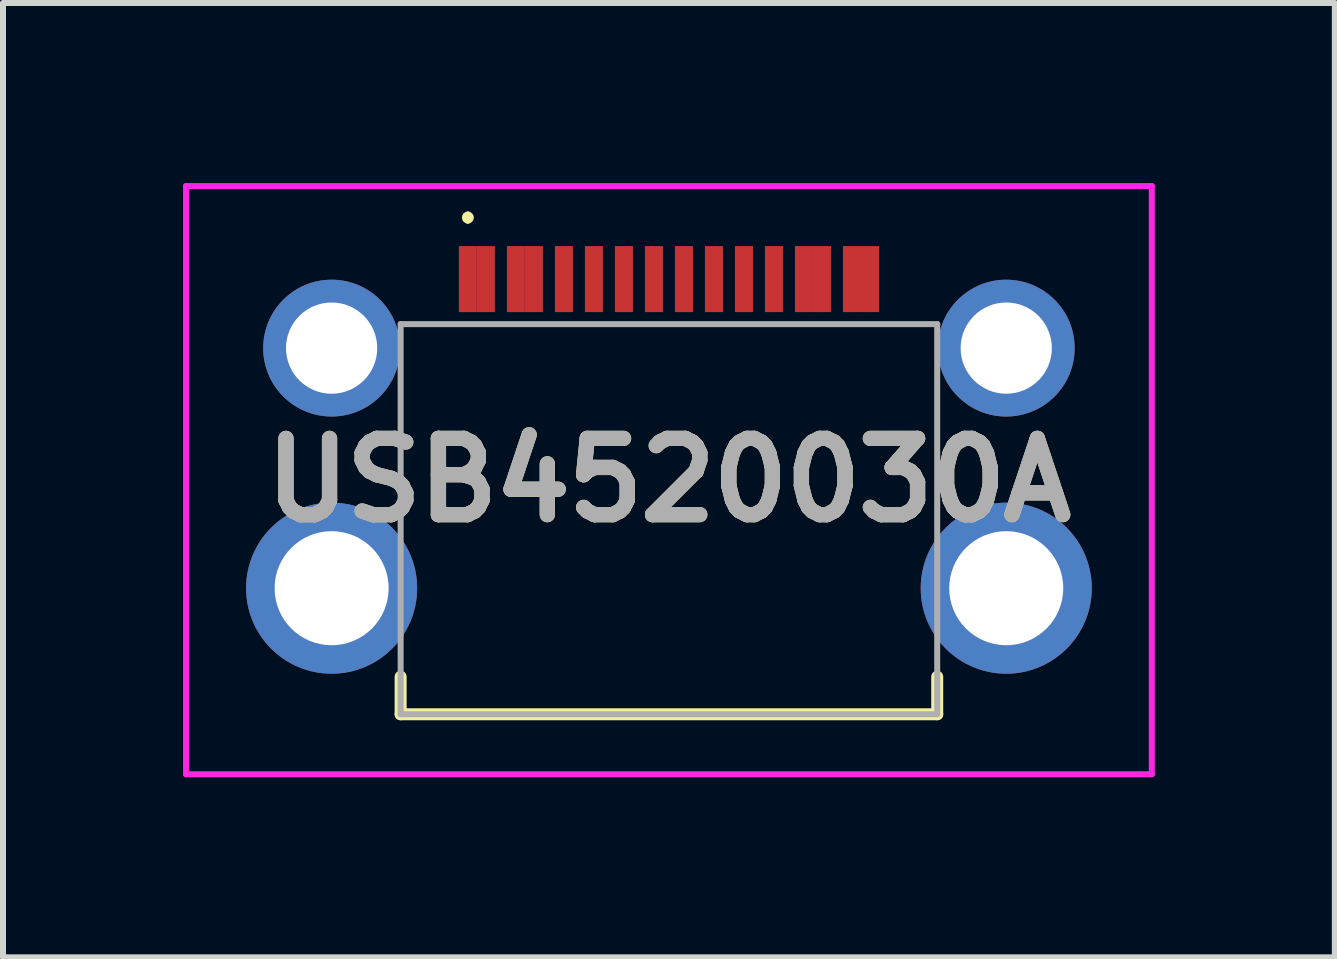
<source format=kicad_pcb>
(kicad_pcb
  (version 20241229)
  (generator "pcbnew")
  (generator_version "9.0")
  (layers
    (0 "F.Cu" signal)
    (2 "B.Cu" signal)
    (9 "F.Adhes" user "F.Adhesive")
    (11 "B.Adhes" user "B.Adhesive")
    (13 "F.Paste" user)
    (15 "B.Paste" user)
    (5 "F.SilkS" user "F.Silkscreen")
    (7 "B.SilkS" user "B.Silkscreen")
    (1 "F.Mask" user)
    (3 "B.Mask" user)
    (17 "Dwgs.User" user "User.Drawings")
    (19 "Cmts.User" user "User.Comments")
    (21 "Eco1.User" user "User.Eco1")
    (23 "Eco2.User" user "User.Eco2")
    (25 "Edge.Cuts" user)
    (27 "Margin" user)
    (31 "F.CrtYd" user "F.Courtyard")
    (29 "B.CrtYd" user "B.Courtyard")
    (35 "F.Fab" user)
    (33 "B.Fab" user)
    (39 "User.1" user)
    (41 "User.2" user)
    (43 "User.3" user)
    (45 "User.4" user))
  (footprint "USB4520030A"
    (layer "F.Cu")
    (at 8.095 5.225)
    (property "Reference" "USB4520030A" (at 0 -0.275 0) (layer "F.SilkS") (effects (font (size 1.27 1.27) (thickness 0.254))))
    (attr through_hole)
    (fp_line (start -4.47 3) (end -4.47 3.625) (stroke (width 0.2) (type solid)) (layer "F.SilkS"))
    (fp_line (start -4.47 3.625) (end 4.47 3.625) (stroke (width 0.2) (type solid)) (layer "F.SilkS"))
    (fp_line (start -3.35 -4.7) (end -3.35 -4.7) (stroke (width 0.1) (type solid)) (layer "F.SilkS"))
    (fp_line (start -3.35 -4.6) (end -3.35 -4.6) (stroke (width 0.1) (type solid)) (layer "F.SilkS"))
    (fp_line (start 4.47 3.625) (end 4.47 3) (stroke (width 0.2) (type solid)) (layer "F.SilkS"))
    (fp_arc (start -3.35 -4.7) (mid -3.3 -4.65) (end -3.35 -4.6) (stroke (width 0.1) (type solid)) (layer "F.SilkS"))
    (fp_arc (start -3.35 -4.6) (mid -3.4 -4.65) (end -3.35 -4.7) (stroke (width 0.1) (type solid)) (layer "F.SilkS"))
    (fp_line (start -8.045 -5.175) (end 8.045 -5.175) (stroke (width 0.1) (type solid)) (layer "F.CrtYd"))
    (fp_line (start -8.045 4.625) (end -8.045 -5.175) (stroke (width 0.1) (type solid)) (layer "F.CrtYd"))
    (fp_line (start 8.045 -5.175) (end 8.045 4.625) (stroke (width 0.1) (type solid)) (layer "F.CrtYd"))
    (fp_line (start 8.045 4.625) (end -8.045 4.625) (stroke (width 0.1) (type solid)) (layer "F.CrtYd"))
    (fp_line (start -4.47 -2.875) (end 4.47 -2.875) (stroke (width 0.1) (type solid)) (layer "F.Fab"))
    (fp_line (start -4.47 3.625) (end -4.47 -2.875) (stroke (width 0.1) (type solid)) (layer "F.Fab"))
    (fp_line (start 4.47 -2.875) (end 4.47 3.625) (stroke (width 0.1) (type solid)) (layer "F.Fab"))
    (fp_line (start 4.47 3.625) (end -4.47 3.625) (stroke (width 0.1) (type solid)) (layer "F.Fab"))
    (fp_text user "${REFERENCE}" (at 0 -0.275 0) (layer "F.Fab") (effects (font (size 1.27 1.27) (thickness 0.254))))
    (pad "A1" smd rect (at -3.35 -3.625) (size 0.3 1.1) (layers "F.Cu" "F.Mask" "F.Paste"))
    (pad "A4" smd rect (at -2.55 -3.625) (size 0.3 1.1) (layers "F.Cu" "F.Mask" "F.Paste"))
    (pad "A5" smd rect (at -1.25 -3.625) (size 0.3 1.1) (layers "F.Cu" "F.Mask" "F.Paste"))
    (pad "A6" smd rect (at -0.25 -3.625) (size 0.3 1.1) (layers "F.Cu" "F.Mask" "F.Paste"))
    (pad "A7" smd rect (at 0.25 -3.625) (size 0.3 1.1) (layers "F.Cu" "F.Mask" "F.Paste"))
    (pad "A8" smd rect (at 1.25 -3.625) (size 0.3 1.1) (layers "F.Cu" "F.Mask" "F.Paste"))
    (pad "A9" smd rect (at 2.55 -3.625) (size 0.3 1.1) (layers "F.Cu" "F.Mask" "F.Paste"))
    (pad "A12" smd rect (at 3.35 -3.625) (size 0.3 1.1) (layers "F.Cu" "F.Mask" "F.Paste"))
    (pad "B1" smd rect (at 3.05 -3.625) (size 0.3 1.1) (layers "F.Cu" "F.Mask" "F.Paste"))
    (pad "B4" smd rect (at 2.25 -3.625) (size 0.3 1.1) (layers "F.Cu" "F.Mask" "F.Paste"))
    (pad "B5" smd rect (at 1.75 -3.625) (size 0.3 1.1) (layers "F.Cu" "F.Mask" "F.Paste"))
    (pad "B6" smd rect (at 0.75 -3.625) (size 0.3 1.1) (layers "F.Cu" "F.Mask" "F.Paste"))
    (pad "B7" smd rect (at -0.75 -3.625) (size 0.3 1.1) (layers "F.Cu" "F.Mask" "F.Paste"))
    (pad "B8" smd rect (at -1.75 -3.625) (size 0.3 1.1) (layers "F.Cu" "F.Mask" "F.Paste"))
    (pad "B9" smd rect (at -2.25 -3.625) (size 0.3 1.1) (layers "F.Cu" "F.Mask" "F.Paste"))
    (pad "B12" smd rect (at -3.05 -3.625) (size 0.3 1.1) (layers "F.Cu" "F.Mask" "F.Paste"))
    (pad "MH1" thru_hole circle (at -5.62 -2.475) (size 2.28 2.28) (drill 1.52) (layers "*.Cu" "*.Mask"))
    (pad "MH2" thru_hole circle (at 5.62 -2.475) (size 2.28 2.28) (drill 1.52) (layers "*.Cu" "*.Mask"))
    (pad "MH3" thru_hole circle (at -5.62 1.525) (size 2.85 2.85) (drill 1.9) (layers "*.Cu" "*.Mask"))
    (pad "MH4" thru_hole circle (at 5.62 1.525) (size 2.85 2.85) (drill 1.9) (layers "*.Cu" "*.Mask")))
  (gr_rect
    (start -3 -3)
    (end 19.19 12.9)
    (stroke (width 0.1) (type default))
    (fill no)
    (layer "Edge.Cuts")))
</source>
